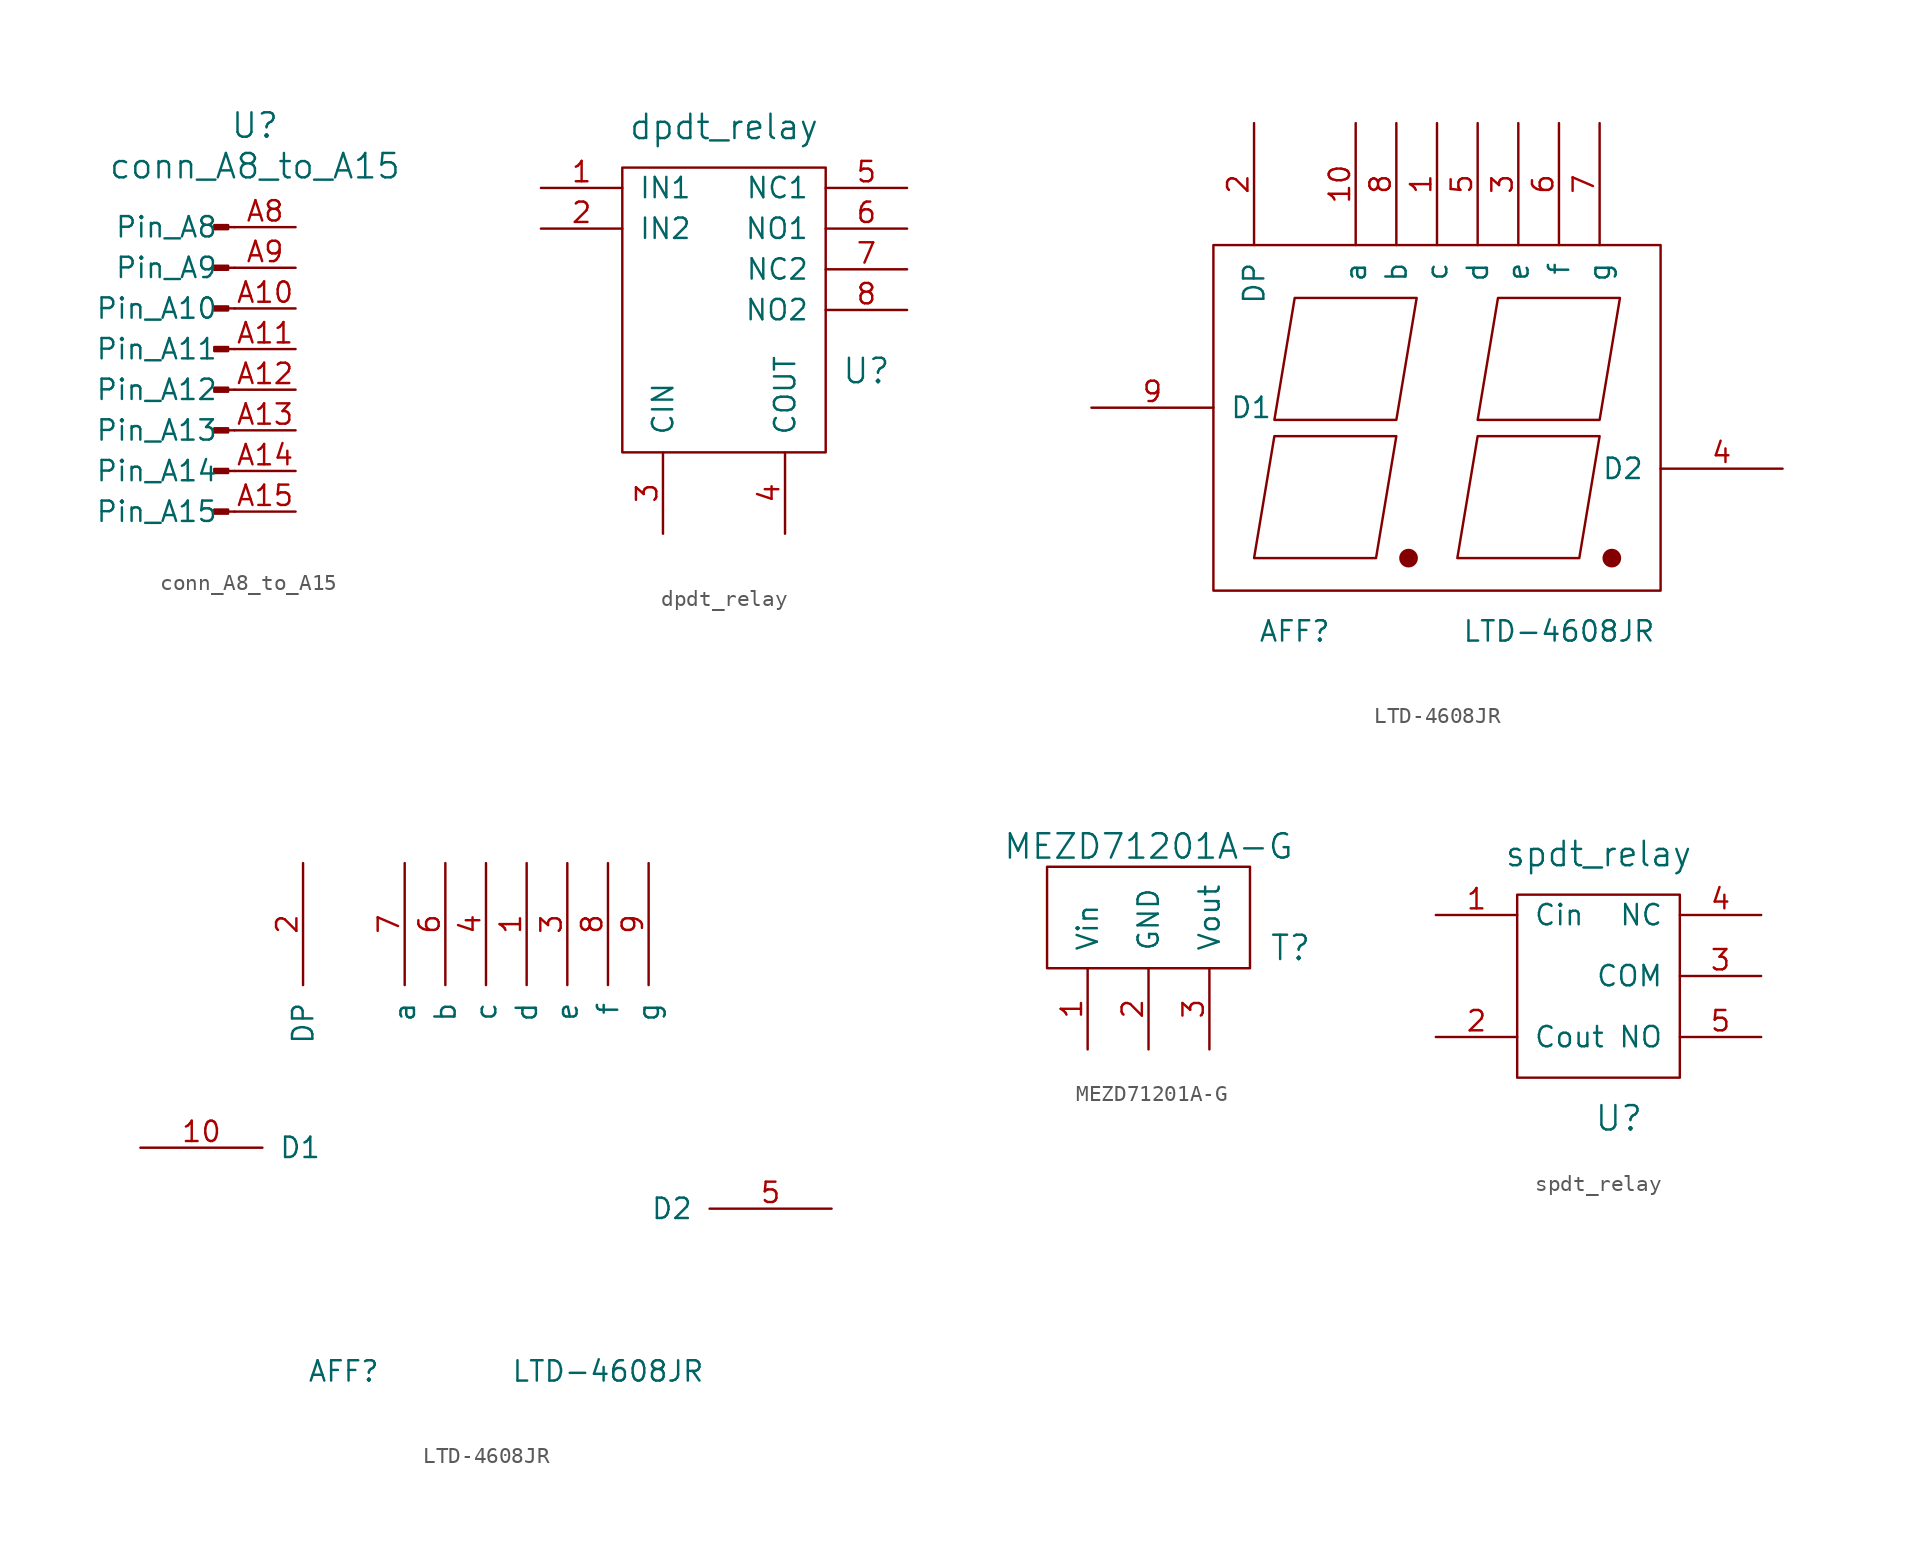
<source format=kicad_sym>
(kicad_symbol_lib
  (version 20211014)
  (generator kicad_symbol_editor)
  (symbol "conn_A8_to_A15"
    (pin_names
      (offset 1.016))
    (property "Reference" "U"
      (at 1.27 15.24 0)
      (effects (font (size 1.524 1.524))))
    (property "Value" "conn_A8_to_A15"
      (at 1.27 12.7 0)
      (effects (font (size 1.524 1.524))))
    (symbol "conn_A8_to_A15_1_1"
      (rectangle (start -0.406 -8.763) (end -1.27 -9.017) (stroke (width 0.152) (type default) (color 0 0 0 0)) (fill (type outline)))
      (rectangle (start -0.406 -6.223) (end -1.27 -6.477) (stroke (width 0.152) (type default) (color 0 0 0 0)) (fill (type outline)))
      (rectangle (start -0.406 -3.683) (end -1.27 -3.937) (stroke (width 0.152) (type default) (color 0 0 0 0)) (fill (type outline)))
      (rectangle (start -0.406 -1.143) (end -1.27 -1.397) (stroke (width 0.152) (type default) (color 0 0 0 0)) (fill (type outline)))
      (rectangle (start -0.406 1.397) (end -1.27 1.143) (stroke (width 0.152) (type default) (color 0 0 0 0)) (fill (type outline)))
      (rectangle (start -0.406 3.937) (end -1.27 3.683) (stroke (width 0.152) (type default) (color 0 0 0 0)) (fill (type outline)))
      (rectangle (start -0.406 6.477) (end -1.27 6.223) (stroke (width 0.152) (type default) (color 0 0 0 0)) (fill (type outline)))
      (rectangle (start -0.406 9.017) (end -1.27 8.763) (stroke (width 0.152) (type default) (color 0 0 0 0)) (fill (type outline)))
      (polyline (pts (xy 0 -8.89) (xy -0.406 -8.89)) (stroke (width 0.152) (type default) (color 0 0 0 0)) (fill (type none)))
      (polyline (pts (xy 0 -6.35) (xy -0.406 -6.35)) (stroke (width 0.152) (type default) (color 0 0 0 0)) (fill (type none)))
      (polyline (pts (xy 0 -3.81) (xy -0.406 -3.81)) (stroke (width 0.152) (type default) (color 0 0 0 0)) (fill (type none)))
      (polyline (pts (xy 0 -1.27) (xy -0.406 -1.27)) (stroke (width 0.152) (type default) (color 0 0 0 0)) (fill (type none)))
      (polyline (pts (xy 0 1.27) (xy -0.406 1.27)) (stroke (width 0.152) (type default) (color 0 0 0 0)) (fill (type none)))
      (polyline (pts (xy 0 3.81) (xy -0.406 3.81)) (stroke (width 0.152) (type default) (color 0 0 0 0)) (fill (type none)))
      (polyline (pts (xy 0 6.35) (xy -0.406 6.35)) (stroke (width 0.152) (type default) (color 0 0 0 0)) (fill (type none)))
      (polyline (pts (xy 0 8.89) (xy -0.406 8.89)) (stroke (width 0.152) (type default) (color 0 0 0 0)) (fill (type none)))
      (pin passive line (at 3.81 3.81 180) (length 3.81) (name "Pin_A10" (effects (font (size 1.27 1.27)))) (number "A10" (effects (font (size 1.27 1.27)))))
      (pin passive line (at 3.81 1.27 180) (length 3.81) (name "Pin_A11" (effects (font (size 1.27 1.27)))) (number "A11" (effects (font (size 1.27 1.27)))))
      (pin passive line (at 3.81 -1.27 180) (length 3.81) (name "Pin_A12" (effects (font (size 1.27 1.27)))) (number "A12" (effects (font (size 1.27 1.27)))))
      (pin passive line (at 3.81 -3.81 180) (length 3.81) (name "Pin_A13" (effects (font (size 1.27 1.27)))) (number "A13" (effects (font (size 1.27 1.27)))))
      (pin passive line (at 3.81 -6.35 180) (length 3.81) (name "Pin_A14" (effects (font (size 1.27 1.27)))) (number "A14" (effects (font (size 1.27 1.27)))))
      (pin passive line (at 3.81 -8.89 180) (length 3.81) (name "Pin_A15" (effects (font (size 1.27 1.27)))) (number "A15" (effects (font (size 1.27 1.27)))))
      (pin passive line (at 3.81 8.89 180) (length 3.81) (name "Pin_A8" (effects (font (size 1.27 1.27)))) (number "A8" (effects (font (size 1.27 1.27)))))
      (pin passive line (at 3.81 6.35 180) (length 3.81) (name "Pin_A9" (effects (font (size 1.27 1.27)))) (number "A9" (effects (font (size 1.27 1.27)))))))
  (symbol "dpdt_relay"
    (pin_names
      (offset 1.016))
    (property "Reference" "U"
      (at 8.89 -15.24 0)
      (effects (font (size 1.524 1.524))))
    (property "Value" "dpdt_relay"
      (at 0 0 0)
      (effects (font (size 1.524 1.524))))
    (symbol "dpdt_relay_0_1"
      (rectangle (start -6.35 -2.54) (end 6.35 -20.32) (stroke (width 0) (type default) (color 0 0 0 0)) (fill (type none))))
    (symbol "dpdt_relay_1_1"
      (pin input line (at -11.43 -3.81 0) (length 5.08) (name "IN1" (effects (font (size 1.27 1.27)))) (number "1" (effects (font (size 1.27 1.27)))))
      (pin input line (at -11.43 -6.35 0) (length 5.08) (name "IN2" (effects (font (size 1.27 1.27)))) (number "2" (effects (font (size 1.27 1.27)))))
      (pin input line (at -3.81 -25.4 90) (length 5.08) (name "CIN" (effects (font (size 1.27 1.27)))) (number "3" (effects (font (size 1.27 1.27)))))
      (pin input line (at 3.81 -25.4 90) (length 5.08) (name "COUT" (effects (font (size 1.27 1.27)))) (number "4" (effects (font (size 1.27 1.27)))))
      (pin input line (at 11.43 -3.81 180) (length 5.08) (name "NC1" (effects (font (size 1.27 1.27)))) (number "5" (effects (font (size 1.27 1.27)))))
      (pin input line (at 11.43 -6.35 180) (length 5.08) (name "NO1" (effects (font (size 1.27 1.27)))) (number "6" (effects (font (size 1.27 1.27)))))
      (pin input line (at 11.43 -8.89 180) (length 5.08) (name "NC2" (effects (font (size 1.27 1.27)))) (number "7" (effects (font (size 1.27 1.27)))))
      (pin input line (at 11.43 -11.43 180) (length 5.08) (name "NO2" (effects (font (size 1.27 1.27)))) (number "8" (effects (font (size 1.27 1.27)))))))
  (symbol "LTD-4608JR"
    (pin_names
      (offset 1.016))
    (property "Reference" "AFF"
      (at -8.89 -12.7 0)
      (effects (font (size 1.27 1.27))))
    (property "Value" "LTD-4608JR"
      (at 7.62 -12.7 0)
      (effects (font (size 1.27 1.27))))
    (symbol "LTD-4608JR_0_1"
      (circle (center -1.778 -8.128) (radius 0.508) (stroke (width 0) (type default) (color 0 0 0 0)) (fill (type outline)))
      (polyline (pts (xy -10.16 -0.508) (xy -2.54 -0.508) (xy -3.81 -8.128) (xy -11.43 -8.128) (xy -10.16 -0.508) (xy -10.16 -0.508)) (stroke (width 0) (type default) (color 0 0 0 0)) (fill (type none)))
      (polyline (pts (xy -8.89 8.128) (xy -1.27 8.128) (xy -2.54 0.508) (xy -10.16 0.508) (xy -8.89 8.128) (xy -8.89 8.128)) (stroke (width 0) (type default) (color 0 0 0 0)) (fill (type none)))
      (polyline (pts (xy 2.54 -0.508) (xy 10.16 -0.508) (xy 8.89 -8.128) (xy 1.27 -8.128) (xy 2.54 -0.508) (xy 2.54 -0.508)) (stroke (width 0) (type default) (color 0 0 0 0)) (fill (type none)))
      (polyline (pts (xy 3.81 8.128) (xy 11.43 8.128) (xy 10.16 0.508) (xy 2.54 0.508) (xy 3.81 8.128) (xy 3.81 8.128)) (stroke (width 0) (type default) (color 0 0 0 0)) (fill (type none)))
      (circle (center 10.922 -8.128) (radius 0.508) (stroke (width 0) (type default) (color 0 0 0 0)) (fill (type outline)))
      (rectangle (start 13.97 -10.16) (end -13.97 11.43) (stroke (width 0) (type default) (color 0 0 0 0)) (fill (type none))))
    (symbol "LTD-4608JR_1_1"
      (pin input line (at 0 19.05 270) (length 7.62) (name "c" (effects (font (size 1.27 1.27)))) (number "1" (effects (font (size 1.27 1.27)))))
      (pin input line (at -5.08 19.05 270) (length 7.62) (name "a" (effects (font (size 1.27 1.27)))) (number "10" (effects (font (size 1.27 1.27)))))
      (pin input line (at -11.43 19.05 270) (length 7.62) (name "DP" (effects (font (size 1.27 1.27)))) (number "2" (effects (font (size 1.27 1.27)))))
      (pin input line (at 5.08 19.05 270) (length 7.62) (name "e" (effects (font (size 1.27 1.27)))) (number "3" (effects (font (size 1.27 1.27)))))
      (pin input line (at 21.59 -2.54 180) (length 7.62) (name "D2" (effects (font (size 1.27 1.27)))) (number "4" (effects (font (size 1.27 1.27)))))
      (pin input line (at 2.54 19.05 270) (length 7.62) (name "d" (effects (font (size 1.27 1.27)))) (number "5" (effects (font (size 1.27 1.27)))))
      (pin input line (at 7.62 19.05 270) (length 7.62) (name "f" (effects (font (size 1.27 1.27)))) (number "6" (effects (font (size 1.27 1.27)))))
      (pin input line (at 10.16 19.05 270) (length 7.62) (name "g" (effects (font (size 1.27 1.27)))) (number "7" (effects (font (size 1.27 1.27)))))
      (pin input line (at -2.54 19.05 270) (length 7.62) (name "b" (effects (font (size 1.27 1.27)))) (number "8" (effects (font (size 1.27 1.27)))))
      (pin input line (at -21.59 1.27 0) (length 7.62) (name "D1" (effects (font (size 1.27 1.27)))) (number "9" (effects (font (size 1.27 1.27))))))
    (symbol "LTD-4608JR_1_2"
      (pin input line (at 2.54 19.05 270) (length 7.62) (name "d" (effects (font (size 1.27 1.27)))) (number "1" (effects (font (size 1.27 1.27)))))
      (pin input line (at -21.59 1.27 0) (length 7.62) (name "D1" (effects (font (size 1.27 1.27)))) (number "10" (effects (font (size 1.27 1.27)))))
      (pin input line (at -11.43 19.05 270) (length 7.62) (name "DP" (effects (font (size 1.27 1.27)))) (number "2" (effects (font (size 1.27 1.27)))))
      (pin input line (at 5.08 19.05 270) (length 7.62) (name "e" (effects (font (size 1.27 1.27)))) (number "3" (effects (font (size 1.27 1.27)))))
      (pin input line (at 0 19.05 270) (length 7.62) (name "c" (effects (font (size 1.27 1.27)))) (number "4" (effects (font (size 1.27 1.27)))))
      (pin input line (at 21.59 -2.54 180) (length 7.62) (name "D2" (effects (font (size 1.27 1.27)))) (number "5" (effects (font (size 1.27 1.27)))))
      (pin input line (at -2.54 19.05 270) (length 7.62) (name "b" (effects (font (size 1.27 1.27)))) (number "6" (effects (font (size 1.27 1.27)))))
      (pin input line (at -5.08 19.05 270) (length 7.62) (name "a" (effects (font (size 1.27 1.27)))) (number "7" (effects (font (size 1.27 1.27)))))
      (pin input line (at 7.62 19.05 270) (length 7.62) (name "f" (effects (font (size 1.27 1.27)))) (number "8" (effects (font (size 1.27 1.27)))))
      (pin input line (at 10.16 19.05 270) (length 7.62) (name "g" (effects (font (size 1.27 1.27)))) (number "9" (effects (font (size 1.27 1.27)))))))
  (symbol "MEZD71201A-G"
    (pin_names
      (offset 1.016))
    (property "Reference" "T"
      (at 8.89 -3.81 0)
      (effects (font (size 1.524 1.524))))
    (property "Value" "MEZD71201A-G"
      (at 0 2.54 0)
      (effects (font (size 1.524 1.524))))
    (symbol "MEZD71201A-G_0_1"
      (rectangle (start -6.35 1.27) (end 6.35 -5.08) (stroke (width 0) (type default) (color 0 0 0 0)) (fill (type none))))
    (symbol "MEZD71201A-G_1_1"
      (pin input line (at -3.81 -10.16 90) (length 5.08) (name "Vin" (effects (font (size 1.27 1.27)))) (number "1" (effects (font (size 1.27 1.27)))))
      (pin bidirectional line (at 0 -10.16 90) (length 5.08) (name "GND" (effects (font (size 1.27 1.27)))) (number "2" (effects (font (size 1.27 1.27)))))
      (pin output line (at 3.81 -10.16 90) (length 5.08) (name "Vout" (effects (font (size 1.27 1.27)))) (number "3" (effects (font (size 1.27 1.27)))))))
  (symbol "spdt_relay"
    (pin_names
      (offset 1.016))
    (property "Reference" "U"
      (at 1.27 -16.51 0)
      (effects (font (size 1.524 1.524))))
    (property "Value" "spdt_relay"
      (at 0 0 0)
      (effects (font (size 1.524 1.524))))
    (symbol "spdt_relay_0_1"
      (rectangle (start -5.08 -2.54) (end 5.08 -13.97) (stroke (width 0) (type default) (color 0 0 0 0)) (fill (type none))))
    (symbol "spdt_relay_1_1"
      (pin input line (at -10.16 -3.81 0) (length 5.08) (name "Cin" (effects (font (size 1.27 1.27)))) (number "1" (effects (font (size 1.27 1.27)))))
      (pin output line (at -10.16 -11.43 0) (length 5.08) (name "Cout" (effects (font (size 1.27 1.27)))) (number "2" (effects (font (size 1.27 1.27)))))
      (pin bidirectional line (at 10.16 -7.62 180) (length 5.08) (name "COM" (effects (font (size 1.27 1.27)))) (number "3" (effects (font (size 1.27 1.27)))))
      (pin bidirectional line (at 10.16 -3.81 180) (length 5.08) (name "NC" (effects (font (size 1.27 1.27)))) (number "4" (effects (font (size 1.27 1.27)))))
      (pin bidirectional line (at 10.16 -11.43 180) (length 5.08) (name "NO" (effects (font (size 1.27 1.27)))) (number "5" (effects (font (size 1.27 1.27))))))))
</source>
